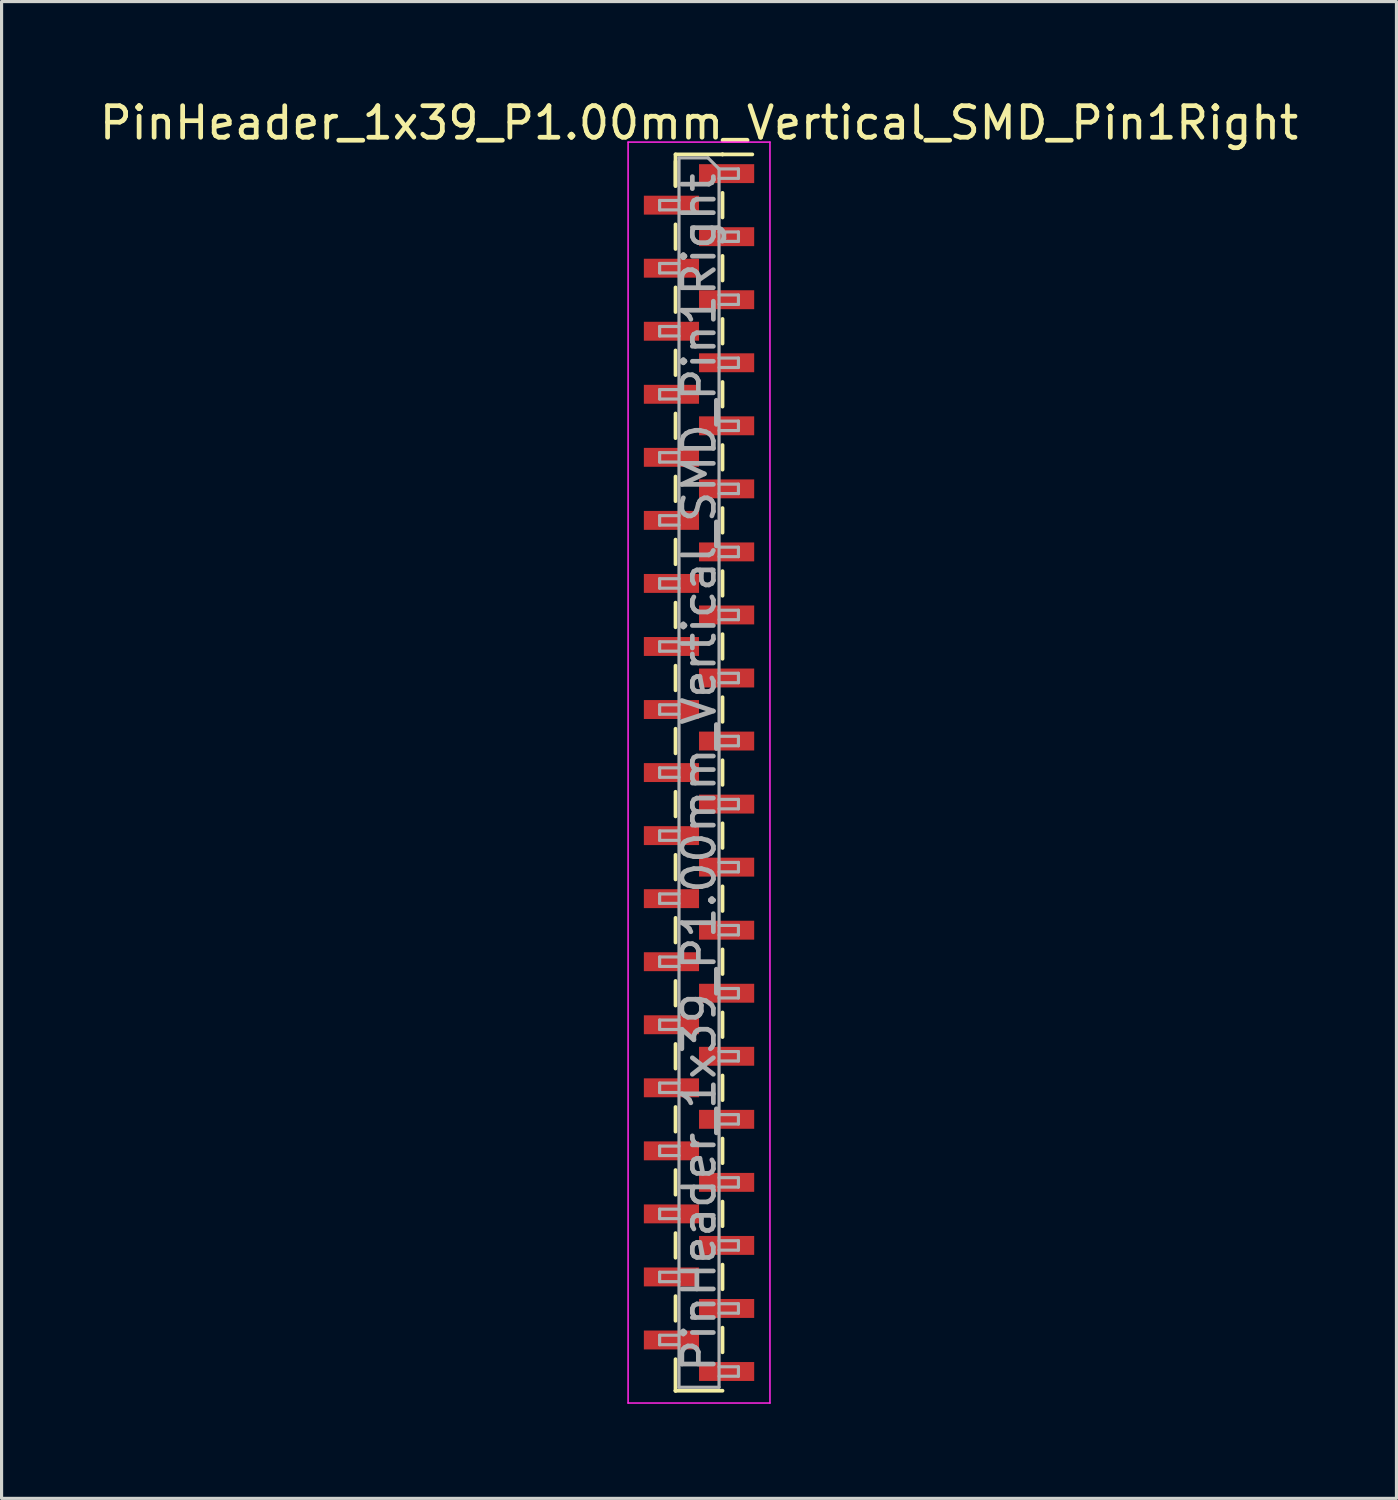
<source format=kicad_pcb>
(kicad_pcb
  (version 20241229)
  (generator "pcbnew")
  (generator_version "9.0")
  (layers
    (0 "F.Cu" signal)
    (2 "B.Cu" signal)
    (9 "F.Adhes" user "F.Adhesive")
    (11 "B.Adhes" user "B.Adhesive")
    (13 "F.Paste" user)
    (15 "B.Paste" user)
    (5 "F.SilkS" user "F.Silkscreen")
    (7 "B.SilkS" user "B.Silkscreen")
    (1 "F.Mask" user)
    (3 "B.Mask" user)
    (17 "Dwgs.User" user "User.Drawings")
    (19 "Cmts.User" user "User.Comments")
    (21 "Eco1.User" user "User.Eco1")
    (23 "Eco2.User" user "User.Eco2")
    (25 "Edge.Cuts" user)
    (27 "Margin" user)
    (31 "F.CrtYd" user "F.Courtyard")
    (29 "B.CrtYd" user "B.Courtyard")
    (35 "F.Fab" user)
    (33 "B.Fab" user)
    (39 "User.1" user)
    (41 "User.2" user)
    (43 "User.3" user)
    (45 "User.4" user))
  (footprint "PinHeader_1x39_P1.00mm_Vertical_SMD_Pin1Right"
    (layer "F.Cu")
    (at 19.125 21.458)
    (property "Reference" "PinHeader_1x39_P1.00mm_Vertical_SMD_Pin1Right" (at 0 -20.61 0) (layer "F.SilkS") (effects (font (size 1 1) (thickness 0.15))))
    (attr smd)
    (fp_line (start -0.745 -19.61) (end -0.745 -18.61) (stroke (width 0.12) (type solid)) (layer "F.SilkS"))
    (fp_line (start -0.745 -19.61) (end 0.745 -19.61) (stroke (width 0.12) (type solid)) (layer "F.SilkS"))
    (fp_line (start -0.745 -19.39) (end -0.745 -18.61) (stroke (width 0.12) (type solid)) (layer "F.SilkS"))
    (fp_line (start -0.745 -17.39) (end -0.745 -16.61) (stroke (width 0.12) (type solid)) (layer "F.SilkS"))
    (fp_line (start -0.745 -15.39) (end -0.745 -14.61) (stroke (width 0.12) (type solid)) (layer "F.SilkS"))
    (fp_line (start -0.745 -13.39) (end -0.745 -12.61) (stroke (width 0.12) (type solid)) (layer "F.SilkS"))
    (fp_line (start -0.745 -11.39) (end -0.745 -10.61) (stroke (width 0.12) (type solid)) (layer "F.SilkS"))
    (fp_line (start -0.745 -9.39) (end -0.745 -8.61) (stroke (width 0.12) (type solid)) (layer "F.SilkS"))
    (fp_line (start -0.745 -7.39) (end -0.745 -6.61) (stroke (width 0.12) (type solid)) (layer "F.SilkS"))
    (fp_line (start -0.745 -5.39) (end -0.745 -4.61) (stroke (width 0.12) (type solid)) (layer "F.SilkS"))
    (fp_line (start -0.745 -3.39) (end -0.745 -2.61) (stroke (width 0.12) (type solid)) (layer "F.SilkS"))
    (fp_line (start -0.745 -1.39) (end -0.745 -0.61) (stroke (width 0.12) (type solid)) (layer "F.SilkS"))
    (fp_line (start -0.745 0.61) (end -0.745 1.39) (stroke (width 0.12) (type solid)) (layer "F.SilkS"))
    (fp_line (start -0.745 2.61) (end -0.745 3.39) (stroke (width 0.12) (type solid)) (layer "F.SilkS"))
    (fp_line (start -0.745 4.61) (end -0.745 5.39) (stroke (width 0.12) (type solid)) (layer "F.SilkS"))
    (fp_line (start -0.745 6.61) (end -0.745 7.39) (stroke (width 0.12) (type solid)) (layer "F.SilkS"))
    (fp_line (start -0.745 8.61) (end -0.745 9.39) (stroke (width 0.12) (type solid)) (layer "F.SilkS"))
    (fp_line (start -0.745 10.61) (end -0.745 11.39) (stroke (width 0.12) (type solid)) (layer "F.SilkS"))
    (fp_line (start -0.745 12.61) (end -0.745 13.39) (stroke (width 0.12) (type solid)) (layer "F.SilkS"))
    (fp_line (start -0.745 14.61) (end -0.745 15.39) (stroke (width 0.12) (type solid)) (layer "F.SilkS"))
    (fp_line (start -0.745 16.61) (end -0.745 17.39) (stroke (width 0.12) (type solid)) (layer "F.SilkS"))
    (fp_line (start -0.745 18.61) (end -0.745 19.61) (stroke (width 0.12) (type solid)) (layer "F.SilkS"))
    (fp_line (start -0.745 19.61) (end -0.745 19.61) (stroke (width 0.12) (type solid)) (layer "F.SilkS"))
    (fp_line (start -0.745 19.61) (end 0.745 19.61) (stroke (width 0.12) (type solid)) (layer "F.SilkS"))
    (fp_line (start 0.745 -19.61) (end 0.745 -19.61) (stroke (width 0.12) (type solid)) (layer "F.SilkS"))
    (fp_line (start 0.745 -19.61) (end 1.69 -19.61) (stroke (width 0.12) (type solid)) (layer "F.SilkS"))
    (fp_line (start 0.745 -18.39) (end 0.745 -17.61) (stroke (width 0.12) (type solid)) (layer "F.SilkS"))
    (fp_line (start 0.745 -16.39) (end 0.745 -15.61) (stroke (width 0.12) (type solid)) (layer "F.SilkS"))
    (fp_line (start 0.745 -14.39) (end 0.745 -13.61) (stroke (width 0.12) (type solid)) (layer "F.SilkS"))
    (fp_line (start 0.745 -12.39) (end 0.745 -11.61) (stroke (width 0.12) (type solid)) (layer "F.SilkS"))
    (fp_line (start 0.745 -10.39) (end 0.745 -9.61) (stroke (width 0.12) (type solid)) (layer "F.SilkS"))
    (fp_line (start 0.745 -8.39) (end 0.745 -7.61) (stroke (width 0.12) (type solid)) (layer "F.SilkS"))
    (fp_line (start 0.745 -6.39) (end 0.745 -5.61) (stroke (width 0.12) (type solid)) (layer "F.SilkS"))
    (fp_line (start 0.745 -4.39) (end 0.745 -3.61) (stroke (width 0.12) (type solid)) (layer "F.SilkS"))
    (fp_line (start 0.745 -2.39) (end 0.745 -1.61) (stroke (width 0.12) (type solid)) (layer "F.SilkS"))
    (fp_line (start 0.745 -0.39) (end 0.745 0.39) (stroke (width 0.12) (type solid)) (layer "F.SilkS"))
    (fp_line (start 0.745 1.61) (end 0.745 2.39) (stroke (width 0.12) (type solid)) (layer "F.SilkS"))
    (fp_line (start 0.745 3.61) (end 0.745 4.39) (stroke (width 0.12) (type solid)) (layer "F.SilkS"))
    (fp_line (start 0.745 5.61) (end 0.745 6.39) (stroke (width 0.12) (type solid)) (layer "F.SilkS"))
    (fp_line (start 0.745 7.61) (end 0.745 8.39) (stroke (width 0.12) (type solid)) (layer "F.SilkS"))
    (fp_line (start 0.745 9.61) (end 0.745 10.39) (stroke (width 0.12) (type solid)) (layer "F.SilkS"))
    (fp_line (start 0.745 11.61) (end 0.745 12.39) (stroke (width 0.12) (type solid)) (layer "F.SilkS"))
    (fp_line (start 0.745 13.61) (end 0.745 14.39) (stroke (width 0.12) (type solid)) (layer "F.SilkS"))
    (fp_line (start 0.745 15.61) (end 0.745 16.39) (stroke (width 0.12) (type solid)) (layer "F.SilkS"))
    (fp_line (start 0.745 17.61) (end 0.745 18.39) (stroke (width 0.12) (type solid)) (layer "F.SilkS"))
    (fp_line (start -2.25 -20) (end -2.25 20) (stroke (width 0.05) (type solid)) (layer "F.CrtYd"))
    (fp_line (start -2.25 20) (end 2.25 20) (stroke (width 0.05) (type solid)) (layer "F.CrtYd"))
    (fp_line (start 2.25 -20) (end -2.25 -20) (stroke (width 0.05) (type solid)) (layer "F.CrtYd"))
    (fp_line (start 2.25 20) (end 2.25 -20) (stroke (width 0.05) (type solid)) (layer "F.CrtYd"))
    (fp_line (start -1.25 -18.15) (end -1.25 -17.85) (stroke (width 0.1) (type solid)) (layer "F.Fab"))
    (fp_line (start -1.25 -17.85) (end -0.635 -17.85) (stroke (width 0.1) (type solid)) (layer "F.Fab"))
    (fp_line (start -1.25 -16.15) (end -1.25 -15.85) (stroke (width 0.1) (type solid)) (layer "F.Fab"))
    (fp_line (start -1.25 -15.85) (end -0.635 -15.85) (stroke (width 0.1) (type solid)) (layer "F.Fab"))
    (fp_line (start -1.25 -14.15) (end -1.25 -13.85) (stroke (width 0.1) (type solid)) (layer "F.Fab"))
    (fp_line (start -1.25 -13.85) (end -0.635 -13.85) (stroke (width 0.1) (type solid)) (layer "F.Fab"))
    (fp_line (start -1.25 -12.15) (end -1.25 -11.85) (stroke (width 0.1) (type solid)) (layer "F.Fab"))
    (fp_line (start -1.25 -11.85) (end -0.635 -11.85) (stroke (width 0.1) (type solid)) (layer "F.Fab"))
    (fp_line (start -1.25 -10.15) (end -1.25 -9.85) (stroke (width 0.1) (type solid)) (layer "F.Fab"))
    (fp_line (start -1.25 -9.85) (end -0.635 -9.85) (stroke (width 0.1) (type solid)) (layer "F.Fab"))
    (fp_line (start -1.25 -8.15) (end -1.25 -7.85) (stroke (width 0.1) (type solid)) (layer "F.Fab"))
    (fp_line (start -1.25 -7.85) (end -0.635 -7.85) (stroke (width 0.1) (type solid)) (layer "F.Fab"))
    (fp_line (start -1.25 -6.15) (end -1.25 -5.85) (stroke (width 0.1) (type solid)) (layer "F.Fab"))
    (fp_line (start -1.25 -5.85) (end -0.635 -5.85) (stroke (width 0.1) (type solid)) (layer "F.Fab"))
    (fp_line (start -1.25 -4.15) (end -1.25 -3.85) (stroke (width 0.1) (type solid)) (layer "F.Fab"))
    (fp_line (start -1.25 -3.85) (end -0.635 -3.85) (stroke (width 0.1) (type solid)) (layer "F.Fab"))
    (fp_line (start -1.25 -2.15) (end -1.25 -1.85) (stroke (width 0.1) (type solid)) (layer "F.Fab"))
    (fp_line (start -1.25 -1.85) (end -0.635 -1.85) (stroke (width 0.1) (type solid)) (layer "F.Fab"))
    (fp_line (start -1.25 -0.15) (end -1.25 0.15) (stroke (width 0.1) (type solid)) (layer "F.Fab"))
    (fp_line (start -1.25 0.15) (end -0.635 0.15) (stroke (width 0.1) (type solid)) (layer "F.Fab"))
    (fp_line (start -1.25 1.85) (end -1.25 2.15) (stroke (width 0.1) (type solid)) (layer "F.Fab"))
    (fp_line (start -1.25 2.15) (end -0.635 2.15) (stroke (width 0.1) (type solid)) (layer "F.Fab"))
    (fp_line (start -1.25 3.85) (end -1.25 4.15) (stroke (width 0.1) (type solid)) (layer "F.Fab"))
    (fp_line (start -1.25 4.15) (end -0.635 4.15) (stroke (width 0.1) (type solid)) (layer "F.Fab"))
    (fp_line (start -1.25 5.85) (end -1.25 6.15) (stroke (width 0.1) (type solid)) (layer "F.Fab"))
    (fp_line (start -1.25 6.15) (end -0.635 6.15) (stroke (width 0.1) (type solid)) (layer "F.Fab"))
    (fp_line (start -1.25 7.85) (end -1.25 8.15) (stroke (width 0.1) (type solid)) (layer "F.Fab"))
    (fp_line (start -1.25 8.15) (end -0.635 8.15) (stroke (width 0.1) (type solid)) (layer "F.Fab"))
    (fp_line (start -1.25 9.85) (end -1.25 10.15) (stroke (width 0.1) (type solid)) (layer "F.Fab"))
    (fp_line (start -1.25 10.15) (end -0.635 10.15) (stroke (width 0.1) (type solid)) (layer "F.Fab"))
    (fp_line (start -1.25 11.85) (end -1.25 12.15) (stroke (width 0.1) (type solid)) (layer "F.Fab"))
    (fp_line (start -1.25 12.15) (end -0.635 12.15) (stroke (width 0.1) (type solid)) (layer "F.Fab"))
    (fp_line (start -1.25 13.85) (end -1.25 14.15) (stroke (width 0.1) (type solid)) (layer "F.Fab"))
    (fp_line (start -1.25 14.15) (end -0.635 14.15) (stroke (width 0.1) (type solid)) (layer "F.Fab"))
    (fp_line (start -1.25 15.85) (end -1.25 16.15) (stroke (width 0.1) (type solid)) (layer "F.Fab"))
    (fp_line (start -1.25 16.15) (end -0.635 16.15) (stroke (width 0.1) (type solid)) (layer "F.Fab"))
    (fp_line (start -1.25 17.85) (end -1.25 18.15) (stroke (width 0.1) (type solid)) (layer "F.Fab"))
    (fp_line (start -1.25 18.15) (end -0.635 18.15) (stroke (width 0.1) (type solid)) (layer "F.Fab"))
    (fp_line (start -0.635 -19.5) (end -0.635 19.5) (stroke (width 0.1) (type solid)) (layer "F.Fab"))
    (fp_line (start -0.635 -19.5) (end 0.285 -19.5) (stroke (width 0.1) (type solid)) (layer "F.Fab"))
    (fp_line (start -0.635 -18.15) (end -1.25 -18.15) (stroke (width 0.1) (type solid)) (layer "F.Fab"))
    (fp_line (start -0.635 -16.15) (end -1.25 -16.15) (stroke (width 0.1) (type solid)) (layer "F.Fab"))
    (fp_line (start -0.635 -14.15) (end -1.25 -14.15) (stroke (width 0.1) (type solid)) (layer "F.Fab"))
    (fp_line (start -0.635 -12.15) (end -1.25 -12.15) (stroke (width 0.1) (type solid)) (layer "F.Fab"))
    (fp_line (start -0.635 -10.15) (end -1.25 -10.15) (stroke (width 0.1) (type solid)) (layer "F.Fab"))
    (fp_line (start -0.635 -8.15) (end -1.25 -8.15) (stroke (width 0.1) (type solid)) (layer "F.Fab"))
    (fp_line (start -0.635 -6.15) (end -1.25 -6.15) (stroke (width 0.1) (type solid)) (layer "F.Fab"))
    (fp_line (start -0.635 -4.15) (end -1.25 -4.15) (stroke (width 0.1) (type solid)) (layer "F.Fab"))
    (fp_line (start -0.635 -2.15) (end -1.25 -2.15) (stroke (width 0.1) (type solid)) (layer "F.Fab"))
    (fp_line (start -0.635 -0.15) (end -1.25 -0.15) (stroke (width 0.1) (type solid)) (layer "F.Fab"))
    (fp_line (start -0.635 1.85) (end -1.25 1.85) (stroke (width 0.1) (type solid)) (layer "F.Fab"))
    (fp_line (start -0.635 3.85) (end -1.25 3.85) (stroke (width 0.1) (type solid)) (layer "F.Fab"))
    (fp_line (start -0.635 5.85) (end -1.25 5.85) (stroke (width 0.1) (type solid)) (layer "F.Fab"))
    (fp_line (start -0.635 7.85) (end -1.25 7.85) (stroke (width 0.1) (type solid)) (layer "F.Fab"))
    (fp_line (start -0.635 9.85) (end -1.25 9.85) (stroke (width 0.1) (type solid)) (layer "F.Fab"))
    (fp_line (start -0.635 11.85) (end -1.25 11.85) (stroke (width 0.1) (type solid)) (layer "F.Fab"))
    (fp_line (start -0.635 13.85) (end -1.25 13.85) (stroke (width 0.1) (type solid)) (layer "F.Fab"))
    (fp_line (start -0.635 15.85) (end -1.25 15.85) (stroke (width 0.1) (type solid)) (layer "F.Fab"))
    (fp_line (start -0.635 17.85) (end -1.25 17.85) (stroke (width 0.1) (type solid)) (layer "F.Fab"))
    (fp_line (start 0.635 -19.15) (end 0.285 -19.5) (stroke (width 0.1) (type solid)) (layer "F.Fab"))
    (fp_line (start 0.635 -19.15) (end 1.25 -19.15) (stroke (width 0.1) (type solid)) (layer "F.Fab"))
    (fp_line (start 0.635 -17.15) (end 1.25 -17.15) (stroke (width 0.1) (type solid)) (layer "F.Fab"))
    (fp_line (start 0.635 -15.15) (end 1.25 -15.15) (stroke (width 0.1) (type solid)) (layer "F.Fab"))
    (fp_line (start 0.635 -13.15) (end 1.25 -13.15) (stroke (width 0.1) (type solid)) (layer "F.Fab"))
    (fp_line (start 0.635 -11.15) (end 1.25 -11.15) (stroke (width 0.1) (type solid)) (layer "F.Fab"))
    (fp_line (start 0.635 -9.15) (end 1.25 -9.15) (stroke (width 0.1) (type solid)) (layer "F.Fab"))
    (fp_line (start 0.635 -7.15) (end 1.25 -7.15) (stroke (width 0.1) (type solid)) (layer "F.Fab"))
    (fp_line (start 0.635 -5.15) (end 1.25 -5.15) (stroke (width 0.1) (type solid)) (layer "F.Fab"))
    (fp_line (start 0.635 -3.15) (end 1.25 -3.15) (stroke (width 0.1) (type solid)) (layer "F.Fab"))
    (fp_line (start 0.635 -1.15) (end 1.25 -1.15) (stroke (width 0.1) (type solid)) (layer "F.Fab"))
    (fp_line (start 0.635 0.85) (end 1.25 0.85) (stroke (width 0.1) (type solid)) (layer "F.Fab"))
    (fp_line (start 0.635 2.85) (end 1.25 2.85) (stroke (width 0.1) (type solid)) (layer "F.Fab"))
    (fp_line (start 0.635 4.85) (end 1.25 4.85) (stroke (width 0.1) (type solid)) (layer "F.Fab"))
    (fp_line (start 0.635 6.85) (end 1.25 6.85) (stroke (width 0.1) (type solid)) (layer "F.Fab"))
    (fp_line (start 0.635 8.85) (end 1.25 8.85) (stroke (width 0.1) (type solid)) (layer "F.Fab"))
    (fp_line (start 0.635 10.85) (end 1.25 10.85) (stroke (width 0.1) (type solid)) (layer "F.Fab"))
    (fp_line (start 0.635 12.85) (end 1.25 12.85) (stroke (width 0.1) (type solid)) (layer "F.Fab"))
    (fp_line (start 0.635 14.85) (end 1.25 14.85) (stroke (width 0.1) (type solid)) (layer "F.Fab"))
    (fp_line (start 0.635 16.85) (end 1.25 16.85) (stroke (width 0.1) (type solid)) (layer "F.Fab"))
    (fp_line (start 0.635 18.85) (end 1.25 18.85) (stroke (width 0.1) (type solid)) (layer "F.Fab"))
    (fp_line (start 0.635 19.5) (end -0.635 19.5) (stroke (width 0.1) (type solid)) (layer "F.Fab"))
    (fp_line (start 0.635 19.5) (end 0.635 -19.15) (stroke (width 0.1) (type solid)) (layer "F.Fab"))
    (fp_line (start 1.25 -19.15) (end 1.25 -18.85) (stroke (width 0.1) (type solid)) (layer "F.Fab"))
    (fp_line (start 1.25 -18.85) (end 0.635 -18.85) (stroke (width 0.1) (type solid)) (layer "F.Fab"))
    (fp_line (start 1.25 -17.15) (end 1.25 -16.85) (stroke (width 0.1) (type solid)) (layer "F.Fab"))
    (fp_line (start 1.25 -16.85) (end 0.635 -16.85) (stroke (width 0.1) (type solid)) (layer "F.Fab"))
    (fp_line (start 1.25 -15.15) (end 1.25 -14.85) (stroke (width 0.1) (type solid)) (layer "F.Fab"))
    (fp_line (start 1.25 -14.85) (end 0.635 -14.85) (stroke (width 0.1) (type solid)) (layer "F.Fab"))
    (fp_line (start 1.25 -13.15) (end 1.25 -12.85) (stroke (width 0.1) (type solid)) (layer "F.Fab"))
    (fp_line (start 1.25 -12.85) (end 0.635 -12.85) (stroke (width 0.1) (type solid)) (layer "F.Fab"))
    (fp_line (start 1.25 -11.15) (end 1.25 -10.85) (stroke (width 0.1) (type solid)) (layer "F.Fab"))
    (fp_line (start 1.25 -10.85) (end 0.635 -10.85) (stroke (width 0.1) (type solid)) (layer "F.Fab"))
    (fp_line (start 1.25 -9.15) (end 1.25 -8.85) (stroke (width 0.1) (type solid)) (layer "F.Fab"))
    (fp_line (start 1.25 -8.85) (end 0.635 -8.85) (stroke (width 0.1) (type solid)) (layer "F.Fab"))
    (fp_line (start 1.25 -7.15) (end 1.25 -6.85) (stroke (width 0.1) (type solid)) (layer "F.Fab"))
    (fp_line (start 1.25 -6.85) (end 0.635 -6.85) (stroke (width 0.1) (type solid)) (layer "F.Fab"))
    (fp_line (start 1.25 -5.15) (end 1.25 -4.85) (stroke (width 0.1) (type solid)) (layer "F.Fab"))
    (fp_line (start 1.25 -4.85) (end 0.635 -4.85) (stroke (width 0.1) (type solid)) (layer "F.Fab"))
    (fp_line (start 1.25 -3.15) (end 1.25 -2.85) (stroke (width 0.1) (type solid)) (layer "F.Fab"))
    (fp_line (start 1.25 -2.85) (end 0.635 -2.85) (stroke (width 0.1) (type solid)) (layer "F.Fab"))
    (fp_line (start 1.25 -1.15) (end 1.25 -0.85) (stroke (width 0.1) (type solid)) (layer "F.Fab"))
    (fp_line (start 1.25 -0.85) (end 0.635 -0.85) (stroke (width 0.1) (type solid)) (layer "F.Fab"))
    (fp_line (start 1.25 0.85) (end 1.25 1.15) (stroke (width 0.1) (type solid)) (layer "F.Fab"))
    (fp_line (start 1.25 1.15) (end 0.635 1.15) (stroke (width 0.1) (type solid)) (layer "F.Fab"))
    (fp_line (start 1.25 2.85) (end 1.25 3.15) (stroke (width 0.1) (type solid)) (layer "F.Fab"))
    (fp_line (start 1.25 3.15) (end 0.635 3.15) (stroke (width 0.1) (type solid)) (layer "F.Fab"))
    (fp_line (start 1.25 4.85) (end 1.25 5.15) (stroke (width 0.1) (type solid)) (layer "F.Fab"))
    (fp_line (start 1.25 5.15) (end 0.635 5.15) (stroke (width 0.1) (type solid)) (layer "F.Fab"))
    (fp_line (start 1.25 6.85) (end 1.25 7.15) (stroke (width 0.1) (type solid)) (layer "F.Fab"))
    (fp_line (start 1.25 7.15) (end 0.635 7.15) (stroke (width 0.1) (type solid)) (layer "F.Fab"))
    (fp_line (start 1.25 8.85) (end 1.25 9.15) (stroke (width 0.1) (type solid)) (layer "F.Fab"))
    (fp_line (start 1.25 9.15) (end 0.635 9.15) (stroke (width 0.1) (type solid)) (layer "F.Fab"))
    (fp_line (start 1.25 10.85) (end 1.25 11.15) (stroke (width 0.1) (type solid)) (layer "F.Fab"))
    (fp_line (start 1.25 11.15) (end 0.635 11.15) (stroke (width 0.1) (type solid)) (layer "F.Fab"))
    (fp_line (start 1.25 12.85) (end 1.25 13.15) (stroke (width 0.1) (type solid)) (layer "F.Fab"))
    (fp_line (start 1.25 13.15) (end 0.635 13.15) (stroke (width 0.1) (type solid)) (layer "F.Fab"))
    (fp_line (start 1.25 14.85) (end 1.25 15.15) (stroke (width 0.1) (type solid)) (layer "F.Fab"))
    (fp_line (start 1.25 15.15) (end 0.635 15.15) (stroke (width 0.1) (type solid)) (layer "F.Fab"))
    (fp_line (start 1.25 16.85) (end 1.25 17.15) (stroke (width 0.1) (type solid)) (layer "F.Fab"))
    (fp_line (start 1.25 17.15) (end 0.635 17.15) (stroke (width 0.1) (type solid)) (layer "F.Fab"))
    (fp_line (start 1.25 18.85) (end 1.25 19.15) (stroke (width 0.1) (type solid)) (layer "F.Fab"))
    (fp_line (start 1.25 19.15) (end 0.635 19.15) (stroke (width 0.1) (type solid)) (layer "F.Fab"))
    (fp_text user "${REFERENCE}" (at 0 0 90) (layer "F.Fab") (effects (font (size 1 1) (thickness 0.15))))
    (pad "1" smd rect (at 0.875 -19) (size 1.75 0.6) (layers "F.Cu" "F.Mask" "F.Paste"))
    (pad "2" smd rect (at -0.875 -18) (size 1.75 0.6) (layers "F.Cu" "F.Mask" "F.Paste"))
    (pad "3" smd rect (at 0.875 -17) (size 1.75 0.6) (layers "F.Cu" "F.Mask" "F.Paste"))
    (pad "4" smd rect (at -0.875 -16) (size 1.75 0.6) (layers "F.Cu" "F.Mask" "F.Paste"))
    (pad "5" smd rect (at 0.875 -15) (size 1.75 0.6) (layers "F.Cu" "F.Mask" "F.Paste"))
    (pad "6" smd rect (at -0.875 -14) (size 1.75 0.6) (layers "F.Cu" "F.Mask" "F.Paste"))
    (pad "7" smd rect (at 0.875 -13) (size 1.75 0.6) (layers "F.Cu" "F.Mask" "F.Paste"))
    (pad "8" smd rect (at -0.875 -12) (size 1.75 0.6) (layers "F.Cu" "F.Mask" "F.Paste"))
    (pad "9" smd rect (at 0.875 -11) (size 1.75 0.6) (layers "F.Cu" "F.Mask" "F.Paste"))
    (pad "10" smd rect (at -0.875 -10) (size 1.75 0.6) (layers "F.Cu" "F.Mask" "F.Paste"))
    (pad "11" smd rect (at 0.875 -9) (size 1.75 0.6) (layers "F.Cu" "F.Mask" "F.Paste"))
    (pad "12" smd rect (at -0.875 -8) (size 1.75 0.6) (layers "F.Cu" "F.Mask" "F.Paste"))
    (pad "13" smd rect (at 0.875 -7) (size 1.75 0.6) (layers "F.Cu" "F.Mask" "F.Paste"))
    (pad "14" smd rect (at -0.875 -6) (size 1.75 0.6) (layers "F.Cu" "F.Mask" "F.Paste"))
    (pad "15" smd rect (at 0.875 -5) (size 1.75 0.6) (layers "F.Cu" "F.Mask" "F.Paste"))
    (pad "16" smd rect (at -0.875 -4) (size 1.75 0.6) (layers "F.Cu" "F.Mask" "F.Paste"))
    (pad "17" smd rect (at 0.875 -3) (size 1.75 0.6) (layers "F.Cu" "F.Mask" "F.Paste"))
    (pad "18" smd rect (at -0.875 -2) (size 1.75 0.6) (layers "F.Cu" "F.Mask" "F.Paste"))
    (pad "19" smd rect (at 0.875 -1) (size 1.75 0.6) (layers "F.Cu" "F.Mask" "F.Paste"))
    (pad "20" smd rect (at -0.875 0) (size 1.75 0.6) (layers "F.Cu" "F.Mask" "F.Paste"))
    (pad "21" smd rect (at 0.875 1) (size 1.75 0.6) (layers "F.Cu" "F.Mask" "F.Paste"))
    (pad "22" smd rect (at -0.875 2) (size 1.75 0.6) (layers "F.Cu" "F.Mask" "F.Paste"))
    (pad "23" smd rect (at 0.875 3) (size 1.75 0.6) (layers "F.Cu" "F.Mask" "F.Paste"))
    (pad "24" smd rect (at -0.875 4) (size 1.75 0.6) (layers "F.Cu" "F.Mask" "F.Paste"))
    (pad "25" smd rect (at 0.875 5) (size 1.75 0.6) (layers "F.Cu" "F.Mask" "F.Paste"))
    (pad "26" smd rect (at -0.875 6) (size 1.75 0.6) (layers "F.Cu" "F.Mask" "F.Paste"))
    (pad "27" smd rect (at 0.875 7) (size 1.75 0.6) (layers "F.Cu" "F.Mask" "F.Paste"))
    (pad "28" smd rect (at -0.875 8) (size 1.75 0.6) (layers "F.Cu" "F.Mask" "F.Paste"))
    (pad "29" smd rect (at 0.875 9) (size 1.75 0.6) (layers "F.Cu" "F.Mask" "F.Paste"))
    (pad "30" smd rect (at -0.875 10) (size 1.75 0.6) (layers "F.Cu" "F.Mask" "F.Paste"))
    (pad "31" smd rect (at 0.875 11) (size 1.75 0.6) (layers "F.Cu" "F.Mask" "F.Paste"))
    (pad "32" smd rect (at -0.875 12) (size 1.75 0.6) (layers "F.Cu" "F.Mask" "F.Paste"))
    (pad "33" smd rect (at 0.875 13) (size 1.75 0.6) (layers "F.Cu" "F.Mask" "F.Paste"))
    (pad "34" smd rect (at -0.875 14) (size 1.75 0.6) (layers "F.Cu" "F.Mask" "F.Paste"))
    (pad "35" smd rect (at 0.875 15) (size 1.75 0.6) (layers "F.Cu" "F.Mask" "F.Paste"))
    (pad "36" smd rect (at -0.875 16) (size 1.75 0.6) (layers "F.Cu" "F.Mask" "F.Paste"))
    (pad "37" smd rect (at 0.875 17) (size 1.75 0.6) (layers "F.Cu" "F.Mask" "F.Paste"))
    (pad "38" smd rect (at -0.875 18) (size 1.75 0.6) (layers "F.Cu" "F.Mask" "F.Paste"))
    (pad "39" smd rect (at 0.875 19) (size 1.75 0.6) (layers "F.Cu" "F.Mask" "F.Paste")))
  (gr_rect
    (start -3 -3)
    (end 41.25 44.483)
    (stroke (width 0.1) (type default))
    (fill no)
    (layer "Edge.Cuts")))
</source>
